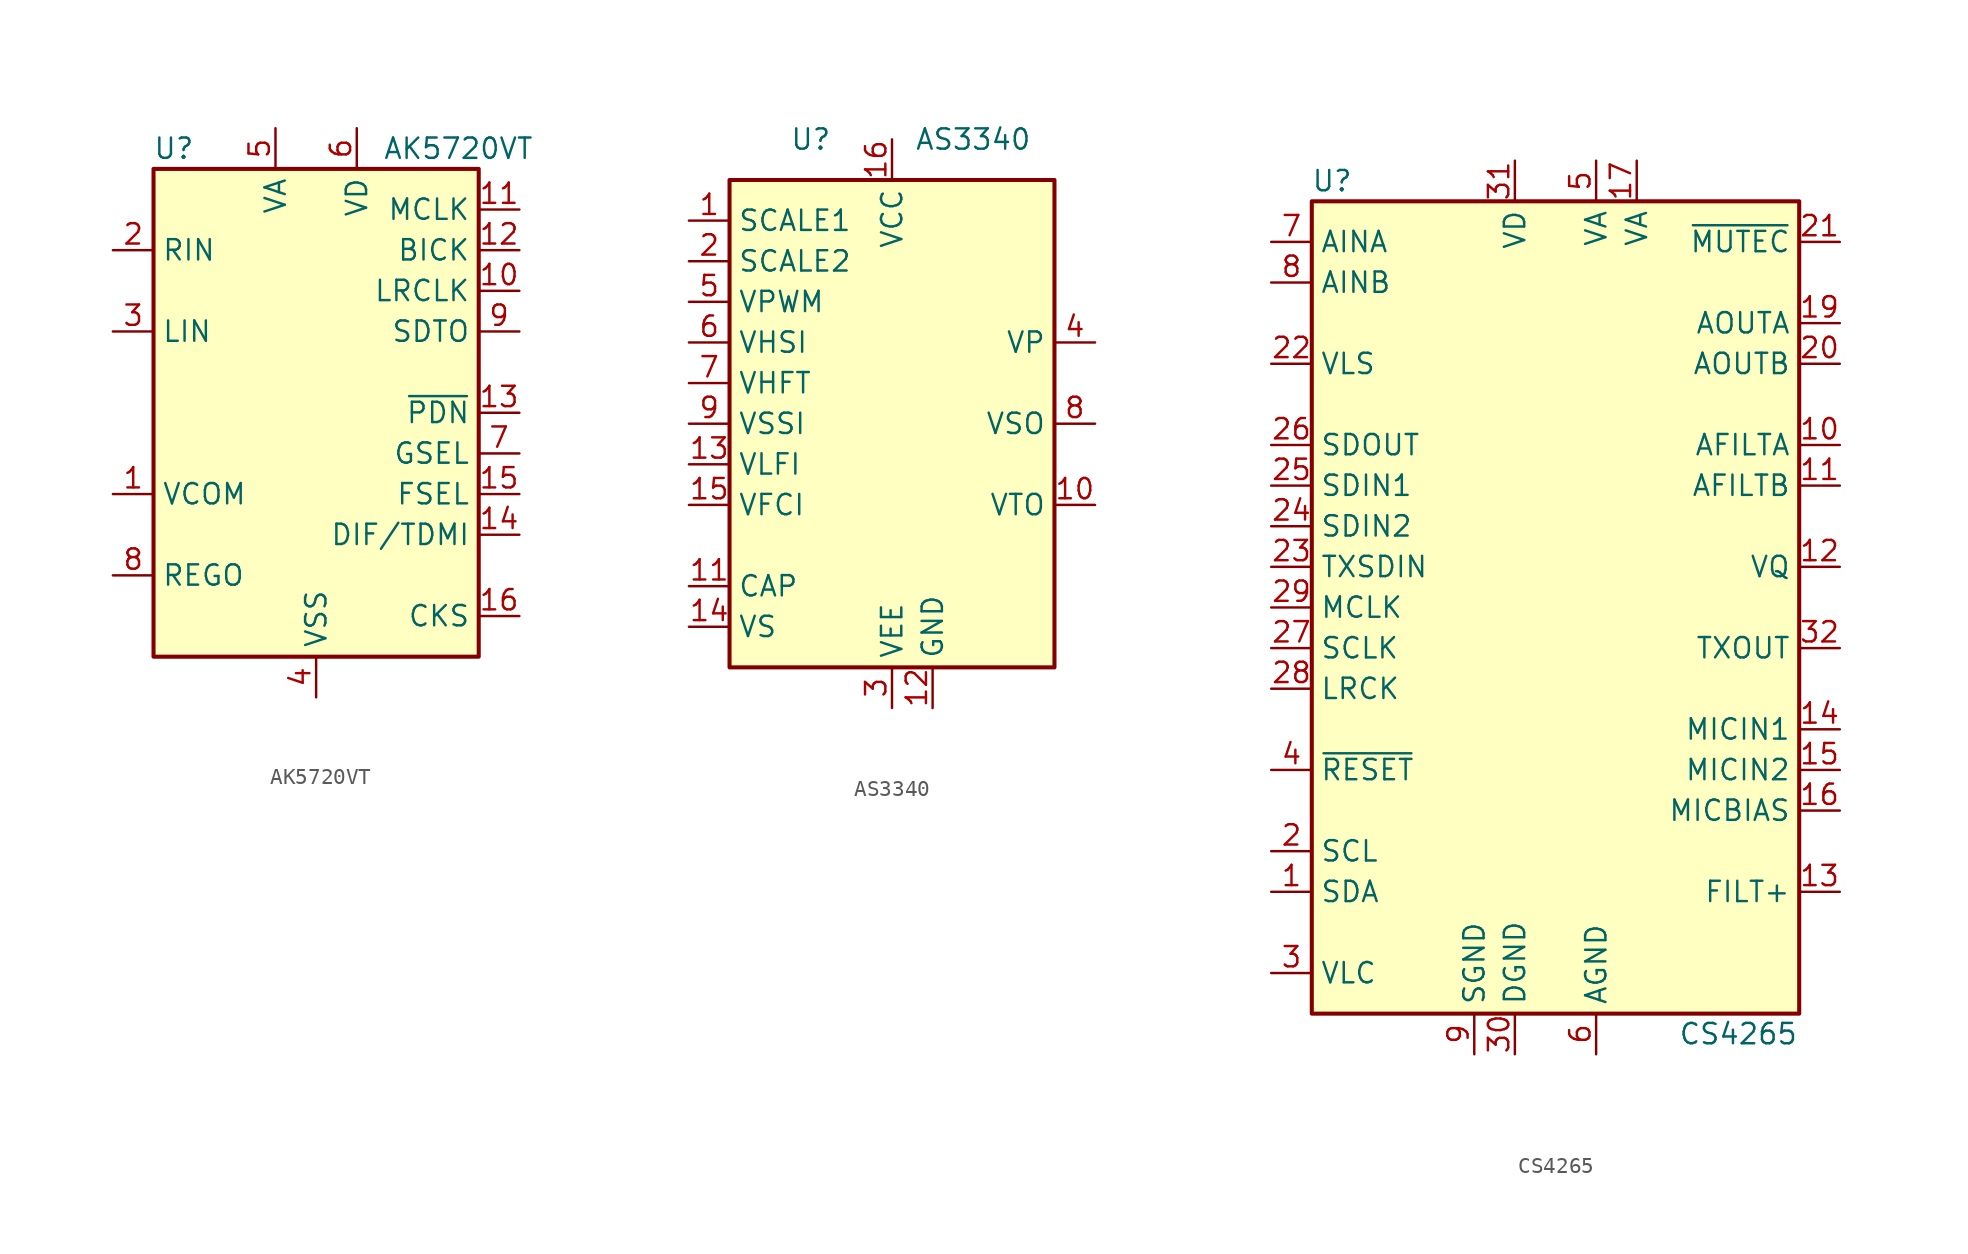
<source format=kicad_sym>
(kicad_symbol_lib
  (version 20241209)
  (generator "kicad_symbol_editor")
  (generator_version "9.0")
  (symbol "AK5720VT"
    (property "Reference" "U"
      (at -8.89 16.51 0)
      (effects (font (size 1.27 1.27))))
    (property "Value" "AK5720VT"
      (at 8.89 16.51 0)
      (effects (font (size 1.27 1.27))))
    (symbol "AK5720VT_0_1"
      (rectangle (start -10.16 15.24) (end 10.16 -15.24) (stroke (width 0.254) (type default)) (fill (type background))))
    (symbol "AK5720VT_1_1"
      (pin input line (at -12.7 10.16 0) (length 2.54) (name "RIN" (effects (font (size 1.27 1.27)))) (number "2" (effects (font (size 1.27 1.27)))))
      (pin input line (at -12.7 5.08 0) (length 2.54) (name "LIN" (effects (font (size 1.27 1.27)))) (number "3" (effects (font (size 1.27 1.27)))))
      (pin passive line (at -12.7 -5.08 0) (length 2.54) (name "VCOM" (effects (font (size 1.27 1.27)))) (number "1" (effects (font (size 1.27 1.27)))))
      (pin passive line (at -12.7 -10.16 0) (length 2.54) (name "REGO" (effects (font (size 1.27 1.27)))) (number "8" (effects (font (size 1.27 1.27)))))
      (pin power_in line (at -2.54 17.78 270) (length 2.54) (name "VA" (effects (font (size 1.27 1.27)))) (number "5" (effects (font (size 1.27 1.27)))))
      (pin power_in line (at 0 -17.78 90) (length 2.54) (name "VSS" (effects (font (size 1.27 1.27)))) (number "4" (effects (font (size 1.27 1.27)))))
      (pin power_in line (at 2.54 17.78 270) (length 2.54) (name "VD" (effects (font (size 1.27 1.27)))) (number "6" (effects (font (size 1.27 1.27)))))
      (pin input line (at 12.7 12.7 180) (length 2.54) (name "MCLK" (effects (font (size 1.27 1.27)))) (number "11" (effects (font (size 1.27 1.27)))))
      (pin bidirectional line (at 12.7 10.16 180) (length 2.54) (name "BICK" (effects (font (size 1.27 1.27)))) (number "12" (effects (font (size 1.27 1.27)))))
      (pin bidirectional line (at 12.7 7.62 180) (length 2.54) (name "LRCLK" (effects (font (size 1.27 1.27)))) (number "10" (effects (font (size 1.27 1.27)))))
      (pin output line (at 12.7 5.08 180) (length 2.54) (name "SDTO" (effects (font (size 1.27 1.27)))) (number "9" (effects (font (size 1.27 1.27)))))
      (pin input line (at 12.7 0 180) (length 2.54) (name "~{PDN}" (effects (font (size 1.27 1.27)))) (number "13" (effects (font (size 1.27 1.27)))))
      (pin input line (at 12.7 -2.54 180) (length 2.54) (name "GSEL" (effects (font (size 1.27 1.27)))) (number "7" (effects (font (size 1.27 1.27)))))
      (pin input line (at 12.7 -5.08 180) (length 2.54) (name "FSEL" (effects (font (size 1.27 1.27)))) (number "15" (effects (font (size 1.27 1.27)))))
      (pin input line (at 12.7 -7.62 180) (length 2.54) (name "DIF/TDMI" (effects (font (size 1.27 1.27)))) (number "14" (effects (font (size 1.27 1.27)))))
      (pin input line (at 12.7 -12.7 180) (length 2.54) (name "CKS" (effects (font (size 1.27 1.27)))) (number "16" (effects (font (size 1.27 1.27)))))))
  (symbol "AS3340"
    (property "Reference" "U"
      (at -5.08 17.78 0)
      (effects (font (size 1.27 1.27))))
    (property "Value" "AS3340"
      (at 5.08 17.78 0)
      (effects (font (size 1.27 1.27))))
    (symbol "AS3340_0_1"
      (rectangle (start -10.16 15.24) (end 10.16 -15.24) (stroke (width 0.254) (type default)) (fill (type background))))
    (symbol "AS3340_1_1"
      (pin input line (at -12.7 12.7 0) (length 2.54) (name "SCALE1" (effects (font (size 1.27 1.27)))) (number "1" (effects (font (size 1.27 1.27)))))
      (pin input line (at -12.7 10.16 0) (length 2.54) (name "SCALE2" (effects (font (size 1.27 1.27)))) (number "2" (effects (font (size 1.27 1.27)))))
      (pin input line (at -12.7 7.62 0) (length 2.54) (name "VPWM" (effects (font (size 1.27 1.27)))) (number "5" (effects (font (size 1.27 1.27)))))
      (pin input line (at -12.7 5.08 0) (length 2.54) (name "VHSI" (effects (font (size 1.27 1.27)))) (number "6" (effects (font (size 1.27 1.27)))))
      (pin input line (at -12.7 2.54 0) (length 2.54) (name "VHFT" (effects (font (size 1.27 1.27)))) (number "7" (effects (font (size 1.27 1.27)))))
      (pin input line (at -12.7 0 0) (length 2.54) (name "VSSI" (effects (font (size 1.27 1.27)))) (number "9" (effects (font (size 1.27 1.27)))))
      (pin input line (at -12.7 -2.54 0) (length 2.54) (name "VLFI" (effects (font (size 1.27 1.27)))) (number "13" (effects (font (size 1.27 1.27)))))
      (pin input line (at -12.7 -5.08 0) (length 2.54) (name "VFCI" (effects (font (size 1.27 1.27)))) (number "15" (effects (font (size 1.27 1.27)))))
      (pin passive line (at -12.7 -10.16 0) (length 2.54) (name "CAP" (effects (font (size 1.27 1.27)))) (number "11" (effects (font (size 1.27 1.27)))))
      (pin passive line (at -12.7 -12.7 0) (length 2.54) (name "VS" (effects (font (size 1.27 1.27)))) (number "14" (effects (font (size 1.27 1.27)))))
      (pin power_in line (at 0 17.78 270) (length 2.54) (name "VCC" (effects (font (size 1.27 1.27)))) (number "16" (effects (font (size 1.27 1.27)))))
      (pin power_in line (at 0 -17.78 90) (length 2.54) (name "VEE" (effects (font (size 1.27 1.27)))) (number "3" (effects (font (size 1.27 1.27)))))
      (pin power_in line (at 2.54 -17.78 90) (length 2.54) (name "GND" (effects (font (size 1.27 1.27)))) (number "12" (effects (font (size 1.27 1.27)))))
      (pin output line (at 12.7 5.08 180) (length 2.54) (name "VP" (effects (font (size 1.27 1.27)))) (number "4" (effects (font (size 1.27 1.27)))))
      (pin output line (at 12.7 0 180) (length 2.54) (name "VSO" (effects (font (size 1.27 1.27)))) (number "8" (effects (font (size 1.27 1.27)))))
      (pin output line (at 12.7 -5.08 180) (length 2.54) (name "VTO" (effects (font (size 1.27 1.27)))) (number "10" (effects (font (size 1.27 1.27)))))))
  (symbol "CS4265"
    (property "Reference" "U"
      (at -13.97 26.67 0)
      (effects (font (size 1.27 1.27))))
    (property "Value" "CS4265"
      (at 11.43 -26.67 0)
      (effects (font (size 1.27 1.27))))
    (symbol "CS4265_0_1"
      (rectangle (start -15.24 25.4) (end 15.24 -25.4) (stroke (width 0.254) (type default)) (fill (type background))))
    (symbol "CS4265_1_1"
      (pin input line (at -17.78 22.86 0) (length 2.54) (name "AINA" (effects (font (size 1.27 1.27)))) (number "7" (effects (font (size 1.27 1.27)))))
      (pin input line (at -17.78 20.32 0) (length 2.54) (name "AINB" (effects (font (size 1.27 1.27)))) (number "8" (effects (font (size 1.27 1.27)))))
      (pin input line (at -17.78 15.24 0) (length 2.54) (name "VLS" (effects (font (size 1.27 1.27)))) (number "22" (effects (font (size 1.27 1.27)))))
      (pin output line (at -17.78 10.16 0) (length 2.54) (name "SDOUT" (effects (font (size 1.27 1.27)))) (number "26" (effects (font (size 1.27 1.27)))))
      (pin input line (at -17.78 7.62 0) (length 2.54) (name "SDIN1" (effects (font (size 1.27 1.27)))) (number "25" (effects (font (size 1.27 1.27)))))
      (pin input line (at -17.78 5.08 0) (length 2.54) (name "SDIN2" (effects (font (size 1.27 1.27)))) (number "24" (effects (font (size 1.27 1.27)))))
      (pin input line (at -17.78 2.54 0) (length 2.54) (name "TXSDIN" (effects (font (size 1.27 1.27)))) (number "23" (effects (font (size 1.27 1.27)))))
      (pin input line (at -17.78 0 0) (length 2.54) (name "MCLK" (effects (font (size 1.27 1.27)))) (number "29" (effects (font (size 1.27 1.27)))))
      (pin bidirectional line (at -17.78 -2.54 0) (length 2.54) (name "SCLK" (effects (font (size 1.27 1.27)))) (number "27" (effects (font (size 1.27 1.27)))))
      (pin bidirectional line (at -17.78 -5.08 0) (length 2.54) (name "LRCK" (effects (font (size 1.27 1.27)))) (number "28" (effects (font (size 1.27 1.27)))))
      (pin input line (at -17.78 -10.16 0) (length 2.54) (name "~{RESET}" (effects (font (size 1.27 1.27)))) (number "4" (effects (font (size 1.27 1.27)))))
      (pin input line (at -17.78 -15.24 0) (length 2.54) (name "SCL" (effects (font (size 1.27 1.27)))) (number "2" (effects (font (size 1.27 1.27)))))
      (pin bidirectional line (at -17.78 -17.78 0) (length 2.54) (name "SDA" (effects (font (size 1.27 1.27)))) (number "1" (effects (font (size 1.27 1.27)))))
      (pin input line (at -17.78 -22.86 0) (length 2.54) (name "VLC" (effects (font (size 1.27 1.27)))) (number "3" (effects (font (size 1.27 1.27)))))
      (pin power_in line (at -5.08 -27.94 90) (length 2.54) (name "SGND" (effects (font (size 1.27 1.27)))) (number "9" (effects (font (size 1.27 1.27)))))
      (pin power_in line (at -2.54 27.94 270) (length 2.54) (name "VD" (effects (font (size 1.27 1.27)))) (number "31" (effects (font (size 1.27 1.27)))))
      (pin power_in line (at -2.54 -27.94 90) (length 2.54) (name "DGND" (effects (font (size 1.27 1.27)))) (number "30" (effects (font (size 1.27 1.27)))))
      (pin power_in line (at 2.54 27.94 270) (length 2.54) (name "VA" (effects (font (size 1.27 1.27)))) (number "5" (effects (font (size 1.27 1.27)))))
      (pin passive line (at 2.54 -27.94 90) (length 2.54) (hide yes) (name "AGND" (effects (font (size 1.27 1.27)))) (number "18" (effects (font (size 1.27 1.27)))))
      (pin passive line (at 2.54 -27.94 90) (length 2.54) (hide yes) (name "AGND" (effects (font (size 1.27 1.27)))) (number "33" (effects (font (size 1.27 1.27)))))
      (pin power_in line (at 2.54 -27.94 90) (length 2.54) (name "AGND" (effects (font (size 1.27 1.27)))) (number "6" (effects (font (size 1.27 1.27)))))
      (pin power_in line (at 5.08 27.94 270) (length 2.54) (name "VA" (effects (font (size 1.27 1.27)))) (number "17" (effects (font (size 1.27 1.27)))))
      (pin output line (at 17.78 22.86 180) (length 2.54) (name "~{MUTEC}" (effects (font (size 1.27 1.27)))) (number "21" (effects (font (size 1.27 1.27)))))
      (pin output line (at 17.78 17.78 180) (length 2.54) (name "AOUTA" (effects (font (size 1.27 1.27)))) (number "19" (effects (font (size 1.27 1.27)))))
      (pin output line (at 17.78 15.24 180) (length 2.54) (name "AOUTB" (effects (font (size 1.27 1.27)))) (number "20" (effects (font (size 1.27 1.27)))))
      (pin output line (at 17.78 10.16 180) (length 2.54) (name "AFILTA" (effects (font (size 1.27 1.27)))) (number "10" (effects (font (size 1.27 1.27)))))
      (pin output line (at 17.78 7.62 180) (length 2.54) (name "AFILTB" (effects (font (size 1.27 1.27)))) (number "11" (effects (font (size 1.27 1.27)))))
      (pin output line (at 17.78 2.54 180) (length 2.54) (name "VQ" (effects (font (size 1.27 1.27)))) (number "12" (effects (font (size 1.27 1.27)))))
      (pin output line (at 17.78 -2.54 180) (length 2.54) (name "TXOUT" (effects (font (size 1.27 1.27)))) (number "32" (effects (font (size 1.27 1.27)))))
      (pin input line (at 17.78 -7.62 180) (length 2.54) (name "MICIN1" (effects (font (size 1.27 1.27)))) (number "14" (effects (font (size 1.27 1.27)))))
      (pin input line (at 17.78 -10.16 180) (length 2.54) (name "MICIN2" (effects (font (size 1.27 1.27)))) (number "15" (effects (font (size 1.27 1.27)))))
      (pin output line (at 17.78 -12.7 180) (length 2.54) (name "MICBIAS" (effects (font (size 1.27 1.27)))) (number "16" (effects (font (size 1.27 1.27)))))
      (pin output line (at 17.78 -17.78 180) (length 2.54) (name "FILT+" (effects (font (size 1.27 1.27)))) (number "13" (effects (font (size 1.27 1.27))))))))
</source>
